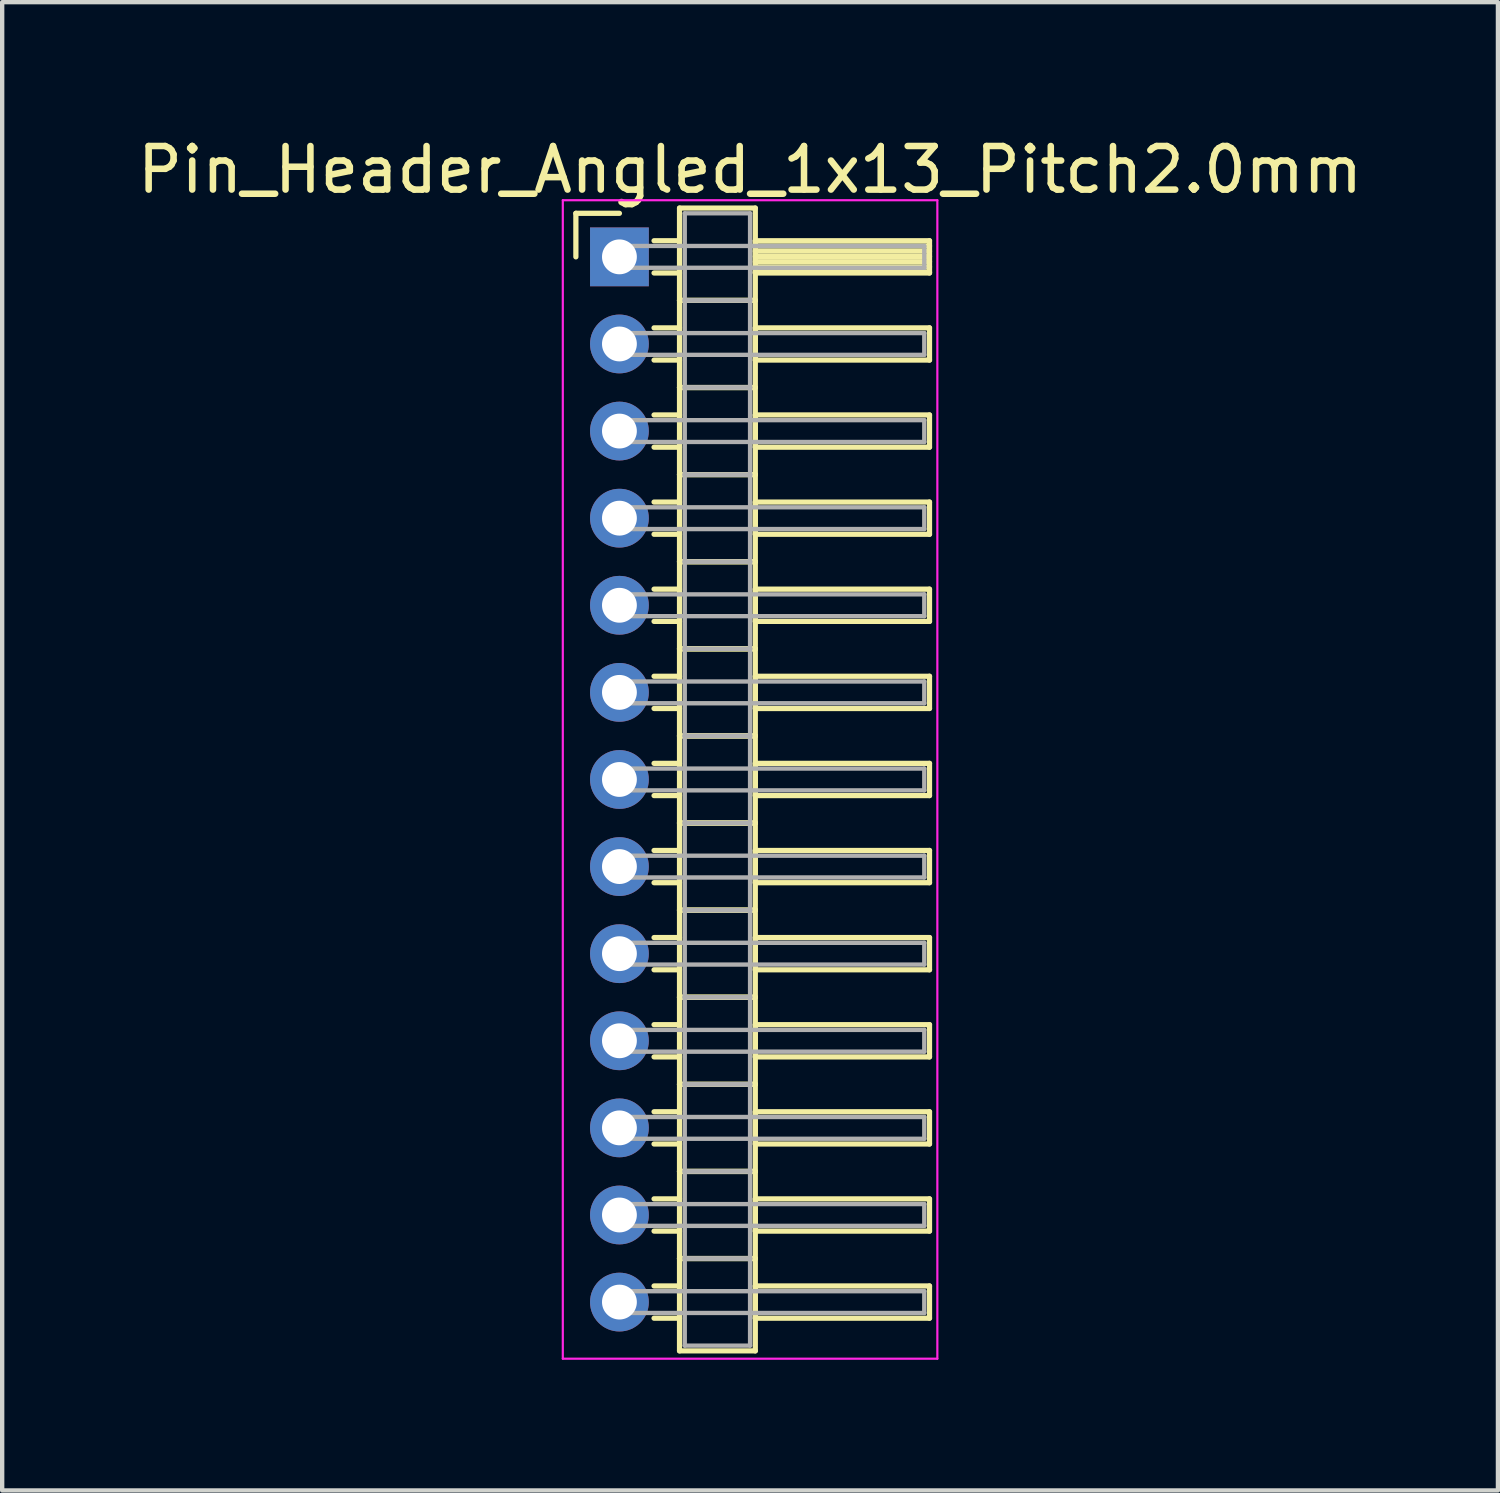
<source format=kicad_pcb>
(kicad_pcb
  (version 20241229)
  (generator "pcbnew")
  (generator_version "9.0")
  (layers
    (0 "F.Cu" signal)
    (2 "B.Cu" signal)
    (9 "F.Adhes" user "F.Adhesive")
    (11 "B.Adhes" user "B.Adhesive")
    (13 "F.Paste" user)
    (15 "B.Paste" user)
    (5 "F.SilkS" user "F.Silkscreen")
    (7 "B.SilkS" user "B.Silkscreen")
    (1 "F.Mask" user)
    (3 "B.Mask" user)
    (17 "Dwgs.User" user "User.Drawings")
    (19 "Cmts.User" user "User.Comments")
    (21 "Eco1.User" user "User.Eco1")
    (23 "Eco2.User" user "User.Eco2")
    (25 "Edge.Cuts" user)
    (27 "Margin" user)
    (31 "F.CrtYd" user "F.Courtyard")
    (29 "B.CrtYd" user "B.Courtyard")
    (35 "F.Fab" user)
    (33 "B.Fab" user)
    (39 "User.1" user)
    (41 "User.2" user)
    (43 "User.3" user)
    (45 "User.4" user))
  (footprint "Pin_Header_Angled_1x13_Pitch2.0mm"
    (layer "F.Cu")
    (at 11.173 2.848)
    (property "Reference" "Pin_Header_Angled_1x13_Pitch2.0mm" (at 3 -2 0) (layer "F.SilkS") (effects (font (size 1 1) (thickness 0.15))))
    (attr through_hole)
    (fp_line (start -1 -1) (end 0 -1) (stroke (width 0.12) (type solid)) (layer "F.SilkS"))
    (fp_line (start -1 0) (end -1 -1) (stroke (width 0.12) (type solid)) (layer "F.SilkS"))
    (fp_line (start 0.795 -0.37) (end 1.38 -0.37) (stroke (width 0.12) (type solid)) (layer "F.SilkS"))
    (fp_line (start 0.795 0.37) (end 1.38 0.37) (stroke (width 0.12) (type solid)) (layer "F.SilkS"))
    (fp_line (start 0.795 1.63) (end 1.38 1.63) (stroke (width 0.12) (type solid)) (layer "F.SilkS"))
    (fp_line (start 0.795 2.37) (end 1.38 2.37) (stroke (width 0.12) (type solid)) (layer "F.SilkS"))
    (fp_line (start 0.795 3.63) (end 1.38 3.63) (stroke (width 0.12) (type solid)) (layer "F.SilkS"))
    (fp_line (start 0.795 4.37) (end 1.38 4.37) (stroke (width 0.12) (type solid)) (layer "F.SilkS"))
    (fp_line (start 0.795 5.63) (end 1.38 5.63) (stroke (width 0.12) (type solid)) (layer "F.SilkS"))
    (fp_line (start 0.795 6.37) (end 1.38 6.37) (stroke (width 0.12) (type solid)) (layer "F.SilkS"))
    (fp_line (start 0.795 7.63) (end 1.38 7.63) (stroke (width 0.12) (type solid)) (layer "F.SilkS"))
    (fp_line (start 0.795 8.37) (end 1.38 8.37) (stroke (width 0.12) (type solid)) (layer "F.SilkS"))
    (fp_line (start 0.795 9.63) (end 1.38 9.63) (stroke (width 0.12) (type solid)) (layer "F.SilkS"))
    (fp_line (start 0.795 10.37) (end 1.38 10.37) (stroke (width 0.12) (type solid)) (layer "F.SilkS"))
    (fp_line (start 0.795 11.63) (end 1.38 11.63) (stroke (width 0.12) (type solid)) (layer "F.SilkS"))
    (fp_line (start 0.795 12.37) (end 1.38 12.37) (stroke (width 0.12) (type solid)) (layer "F.SilkS"))
    (fp_line (start 0.795 13.63) (end 1.38 13.63) (stroke (width 0.12) (type solid)) (layer "F.SilkS"))
    (fp_line (start 0.795 14.37) (end 1.38 14.37) (stroke (width 0.12) (type solid)) (layer "F.SilkS"))
    (fp_line (start 0.795 15.63) (end 1.38 15.63) (stroke (width 0.12) (type solid)) (layer "F.SilkS"))
    (fp_line (start 0.795 16.37) (end 1.38 16.37) (stroke (width 0.12) (type solid)) (layer "F.SilkS"))
    (fp_line (start 0.795 17.63) (end 1.38 17.63) (stroke (width 0.12) (type solid)) (layer "F.SilkS"))
    (fp_line (start 0.795 18.37) (end 1.38 18.37) (stroke (width 0.12) (type solid)) (layer "F.SilkS"))
    (fp_line (start 0.795 19.63) (end 1.38 19.63) (stroke (width 0.12) (type solid)) (layer "F.SilkS"))
    (fp_line (start 0.795 20.37) (end 1.38 20.37) (stroke (width 0.12) (type solid)) (layer "F.SilkS"))
    (fp_line (start 0.795 21.63) (end 1.38 21.63) (stroke (width 0.12) (type solid)) (layer "F.SilkS"))
    (fp_line (start 0.795 22.37) (end 1.38 22.37) (stroke (width 0.12) (type solid)) (layer "F.SilkS"))
    (fp_line (start 0.795 23.63) (end 1.38 23.63) (stroke (width 0.12) (type solid)) (layer "F.SilkS"))
    (fp_line (start 0.795 24.37) (end 1.38 24.37) (stroke (width 0.12) (type solid)) (layer "F.SilkS"))
    (fp_line (start 1.38 -1.12) (end 1.38 1) (stroke (width 0.12) (type solid)) (layer "F.SilkS"))
    (fp_line (start 1.38 1) (end 1.38 3) (stroke (width 0.12) (type solid)) (layer "F.SilkS"))
    (fp_line (start 1.38 1) (end 3.12 1) (stroke (width 0.12) (type solid)) (layer "F.SilkS"))
    (fp_line (start 1.38 3) (end 1.38 5) (stroke (width 0.12) (type solid)) (layer "F.SilkS"))
    (fp_line (start 1.38 3) (end 3.12 3) (stroke (width 0.12) (type solid)) (layer "F.SilkS"))
    (fp_line (start 1.38 5) (end 1.38 7) (stroke (width 0.12) (type solid)) (layer "F.SilkS"))
    (fp_line (start 1.38 5) (end 3.12 5) (stroke (width 0.12) (type solid)) (layer "F.SilkS"))
    (fp_line (start 1.38 7) (end 1.38 9) (stroke (width 0.12) (type solid)) (layer "F.SilkS"))
    (fp_line (start 1.38 7) (end 3.12 7) (stroke (width 0.12) (type solid)) (layer "F.SilkS"))
    (fp_line (start 1.38 9) (end 1.38 11) (stroke (width 0.12) (type solid)) (layer "F.SilkS"))
    (fp_line (start 1.38 9) (end 3.12 9) (stroke (width 0.12) (type solid)) (layer "F.SilkS"))
    (fp_line (start 1.38 11) (end 1.38 13) (stroke (width 0.12) (type solid)) (layer "F.SilkS"))
    (fp_line (start 1.38 11) (end 3.12 11) (stroke (width 0.12) (type solid)) (layer "F.SilkS"))
    (fp_line (start 1.38 13) (end 1.38 15) (stroke (width 0.12) (type solid)) (layer "F.SilkS"))
    (fp_line (start 1.38 13) (end 3.12 13) (stroke (width 0.12) (type solid)) (layer "F.SilkS"))
    (fp_line (start 1.38 15) (end 1.38 17) (stroke (width 0.12) (type solid)) (layer "F.SilkS"))
    (fp_line (start 1.38 15) (end 3.12 15) (stroke (width 0.12) (type solid)) (layer "F.SilkS"))
    (fp_line (start 1.38 17) (end 1.38 19) (stroke (width 0.12) (type solid)) (layer "F.SilkS"))
    (fp_line (start 1.38 17) (end 3.12 17) (stroke (width 0.12) (type solid)) (layer "F.SilkS"))
    (fp_line (start 1.38 19) (end 1.38 21) (stroke (width 0.12) (type solid)) (layer "F.SilkS"))
    (fp_line (start 1.38 19) (end 3.12 19) (stroke (width 0.12) (type solid)) (layer "F.SilkS"))
    (fp_line (start 1.38 21) (end 1.38 23) (stroke (width 0.12) (type solid)) (layer "F.SilkS"))
    (fp_line (start 1.38 21) (end 3.12 21) (stroke (width 0.12) (type solid)) (layer "F.SilkS"))
    (fp_line (start 1.38 23) (end 1.38 25.12) (stroke (width 0.12) (type solid)) (layer "F.SilkS"))
    (fp_line (start 1.38 23) (end 3.12 23) (stroke (width 0.12) (type solid)) (layer "F.SilkS"))
    (fp_line (start 1.38 25.12) (end 3.12 25.12) (stroke (width 0.12) (type solid)) (layer "F.SilkS"))
    (fp_line (start 3.12 -1.12) (end 1.38 -1.12) (stroke (width 0.12) (type solid)) (layer "F.SilkS"))
    (fp_line (start 3.12 -0.37) (end 3.12 0.37) (stroke (width 0.12) (type solid)) (layer "F.SilkS"))
    (fp_line (start 3.12 -0.25) (end 7.12 -0.25) (stroke (width 0.12) (type solid)) (layer "F.SilkS"))
    (fp_line (start 3.12 -0.13) (end 7.12 -0.13) (stroke (width 0.12) (type solid)) (layer "F.SilkS"))
    (fp_line (start 3.12 -0.01) (end 7.12 -0.01) (stroke (width 0.12) (type solid)) (layer "F.SilkS"))
    (fp_line (start 3.12 0.11) (end 7.12 0.11) (stroke (width 0.12) (type solid)) (layer "F.SilkS"))
    (fp_line (start 3.12 0.23) (end 7.12 0.23) (stroke (width 0.12) (type solid)) (layer "F.SilkS"))
    (fp_line (start 3.12 0.35) (end 7.12 0.35) (stroke (width 0.12) (type solid)) (layer "F.SilkS"))
    (fp_line (start 3.12 0.37) (end 7.12 0.37) (stroke (width 0.12) (type solid)) (layer "F.SilkS"))
    (fp_line (start 3.12 1) (end 1.38 1) (stroke (width 0.12) (type solid)) (layer "F.SilkS"))
    (fp_line (start 3.12 1) (end 3.12 -1.12) (stroke (width 0.12) (type solid)) (layer "F.SilkS"))
    (fp_line (start 3.12 1.63) (end 3.12 2.37) (stroke (width 0.12) (type solid)) (layer "F.SilkS"))
    (fp_line (start 3.12 2.37) (end 7.12 2.37) (stroke (width 0.12) (type solid)) (layer "F.SilkS"))
    (fp_line (start 3.12 3) (end 1.38 3) (stroke (width 0.12) (type solid)) (layer "F.SilkS"))
    (fp_line (start 3.12 3) (end 3.12 1) (stroke (width 0.12) (type solid)) (layer "F.SilkS"))
    (fp_line (start 3.12 3.63) (end 3.12 4.37) (stroke (width 0.12) (type solid)) (layer "F.SilkS"))
    (fp_line (start 3.12 4.37) (end 7.12 4.37) (stroke (width 0.12) (type solid)) (layer "F.SilkS"))
    (fp_line (start 3.12 5) (end 1.38 5) (stroke (width 0.12) (type solid)) (layer "F.SilkS"))
    (fp_line (start 3.12 5) (end 3.12 3) (stroke (width 0.12) (type solid)) (layer "F.SilkS"))
    (fp_line (start 3.12 5.63) (end 3.12 6.37) (stroke (width 0.12) (type solid)) (layer "F.SilkS"))
    (fp_line (start 3.12 6.37) (end 7.12 6.37) (stroke (width 0.12) (type solid)) (layer "F.SilkS"))
    (fp_line (start 3.12 7) (end 1.38 7) (stroke (width 0.12) (type solid)) (layer "F.SilkS"))
    (fp_line (start 3.12 7) (end 3.12 5) (stroke (width 0.12) (type solid)) (layer "F.SilkS"))
    (fp_line (start 3.12 7.63) (end 3.12 8.37) (stroke (width 0.12) (type solid)) (layer "F.SilkS"))
    (fp_line (start 3.12 8.37) (end 7.12 8.37) (stroke (width 0.12) (type solid)) (layer "F.SilkS"))
    (fp_line (start 3.12 9) (end 1.38 9) (stroke (width 0.12) (type solid)) (layer "F.SilkS"))
    (fp_line (start 3.12 9) (end 3.12 7) (stroke (width 0.12) (type solid)) (layer "F.SilkS"))
    (fp_line (start 3.12 9.63) (end 3.12 10.37) (stroke (width 0.12) (type solid)) (layer "F.SilkS"))
    (fp_line (start 3.12 10.37) (end 7.12 10.37) (stroke (width 0.12) (type solid)) (layer "F.SilkS"))
    (fp_line (start 3.12 11) (end 1.38 11) (stroke (width 0.12) (type solid)) (layer "F.SilkS"))
    (fp_line (start 3.12 11) (end 3.12 9) (stroke (width 0.12) (type solid)) (layer "F.SilkS"))
    (fp_line (start 3.12 11.63) (end 3.12 12.37) (stroke (width 0.12) (type solid)) (layer "F.SilkS"))
    (fp_line (start 3.12 12.37) (end 7.12 12.37) (stroke (width 0.12) (type solid)) (layer "F.SilkS"))
    (fp_line (start 3.12 13) (end 1.38 13) (stroke (width 0.12) (type solid)) (layer "F.SilkS"))
    (fp_line (start 3.12 13) (end 3.12 11) (stroke (width 0.12) (type solid)) (layer "F.SilkS"))
    (fp_line (start 3.12 13.63) (end 3.12 14.37) (stroke (width 0.12) (type solid)) (layer "F.SilkS"))
    (fp_line (start 3.12 14.37) (end 7.12 14.37) (stroke (width 0.12) (type solid)) (layer "F.SilkS"))
    (fp_line (start 3.12 15) (end 1.38 15) (stroke (width 0.12) (type solid)) (layer "F.SilkS"))
    (fp_line (start 3.12 15) (end 3.12 13) (stroke (width 0.12) (type solid)) (layer "F.SilkS"))
    (fp_line (start 3.12 15.63) (end 3.12 16.37) (stroke (width 0.12) (type solid)) (layer "F.SilkS"))
    (fp_line (start 3.12 16.37) (end 7.12 16.37) (stroke (width 0.12) (type solid)) (layer "F.SilkS"))
    (fp_line (start 3.12 17) (end 1.38 17) (stroke (width 0.12) (type solid)) (layer "F.SilkS"))
    (fp_line (start 3.12 17) (end 3.12 15) (stroke (width 0.12) (type solid)) (layer "F.SilkS"))
    (fp_line (start 3.12 17.63) (end 3.12 18.37) (stroke (width 0.12) (type solid)) (layer "F.SilkS"))
    (fp_line (start 3.12 18.37) (end 7.12 18.37) (stroke (width 0.12) (type solid)) (layer "F.SilkS"))
    (fp_line (start 3.12 19) (end 1.38 19) (stroke (width 0.12) (type solid)) (layer "F.SilkS"))
    (fp_line (start 3.12 19) (end 3.12 17) (stroke (width 0.12) (type solid)) (layer "F.SilkS"))
    (fp_line (start 3.12 19.63) (end 3.12 20.37) (stroke (width 0.12) (type solid)) (layer "F.SilkS"))
    (fp_line (start 3.12 20.37) (end 7.12 20.37) (stroke (width 0.12) (type solid)) (layer "F.SilkS"))
    (fp_line (start 3.12 21) (end 1.38 21) (stroke (width 0.12) (type solid)) (layer "F.SilkS"))
    (fp_line (start 3.12 21) (end 3.12 19) (stroke (width 0.12) (type solid)) (layer "F.SilkS"))
    (fp_line (start 3.12 21.63) (end 3.12 22.37) (stroke (width 0.12) (type solid)) (layer "F.SilkS"))
    (fp_line (start 3.12 22.37) (end 7.12 22.37) (stroke (width 0.12) (type solid)) (layer "F.SilkS"))
    (fp_line (start 3.12 23) (end 1.38 23) (stroke (width 0.12) (type solid)) (layer "F.SilkS"))
    (fp_line (start 3.12 23) (end 3.12 21) (stroke (width 0.12) (type solid)) (layer "F.SilkS"))
    (fp_line (start 3.12 23.63) (end 3.12 24.37) (stroke (width 0.12) (type solid)) (layer "F.SilkS"))
    (fp_line (start 3.12 24.37) (end 7.12 24.37) (stroke (width 0.12) (type solid)) (layer "F.SilkS"))
    (fp_line (start 3.12 25.12) (end 3.12 23) (stroke (width 0.12) (type solid)) (layer "F.SilkS"))
    (fp_line (start 7.12 -0.37) (end 3.12 -0.37) (stroke (width 0.12) (type solid)) (layer "F.SilkS"))
    (fp_line (start 7.12 0.37) (end 7.12 -0.37) (stroke (width 0.12) (type solid)) (layer "F.SilkS"))
    (fp_line (start 7.12 1.63) (end 3.12 1.63) (stroke (width 0.12) (type solid)) (layer "F.SilkS"))
    (fp_line (start 7.12 2.37) (end 7.12 1.63) (stroke (width 0.12) (type solid)) (layer "F.SilkS"))
    (fp_line (start 7.12 3.63) (end 3.12 3.63) (stroke (width 0.12) (type solid)) (layer "F.SilkS"))
    (fp_line (start 7.12 4.37) (end 7.12 3.63) (stroke (width 0.12) (type solid)) (layer "F.SilkS"))
    (fp_line (start 7.12 5.63) (end 3.12 5.63) (stroke (width 0.12) (type solid)) (layer "F.SilkS"))
    (fp_line (start 7.12 6.37) (end 7.12 5.63) (stroke (width 0.12) (type solid)) (layer "F.SilkS"))
    (fp_line (start 7.12 7.63) (end 3.12 7.63) (stroke (width 0.12) (type solid)) (layer "F.SilkS"))
    (fp_line (start 7.12 8.37) (end 7.12 7.63) (stroke (width 0.12) (type solid)) (layer "F.SilkS"))
    (fp_line (start 7.12 9.63) (end 3.12 9.63) (stroke (width 0.12) (type solid)) (layer "F.SilkS"))
    (fp_line (start 7.12 10.37) (end 7.12 9.63) (stroke (width 0.12) (type solid)) (layer "F.SilkS"))
    (fp_line (start 7.12 11.63) (end 3.12 11.63) (stroke (width 0.12) (type solid)) (layer "F.SilkS"))
    (fp_line (start 7.12 12.37) (end 7.12 11.63) (stroke (width 0.12) (type solid)) (layer "F.SilkS"))
    (fp_line (start 7.12 13.63) (end 3.12 13.63) (stroke (width 0.12) (type solid)) (layer "F.SilkS"))
    (fp_line (start 7.12 14.37) (end 7.12 13.63) (stroke (width 0.12) (type solid)) (layer "F.SilkS"))
    (fp_line (start 7.12 15.63) (end 3.12 15.63) (stroke (width 0.12) (type solid)) (layer "F.SilkS"))
    (fp_line (start 7.12 16.37) (end 7.12 15.63) (stroke (width 0.12) (type solid)) (layer "F.SilkS"))
    (fp_line (start 7.12 17.63) (end 3.12 17.63) (stroke (width 0.12) (type solid)) (layer "F.SilkS"))
    (fp_line (start 7.12 18.37) (end 7.12 17.63) (stroke (width 0.12) (type solid)) (layer "F.SilkS"))
    (fp_line (start 7.12 19.63) (end 3.12 19.63) (stroke (width 0.12) (type solid)) (layer "F.SilkS"))
    (fp_line (start 7.12 20.37) (end 7.12 19.63) (stroke (width 0.12) (type solid)) (layer "F.SilkS"))
    (fp_line (start 7.12 21.63) (end 3.12 21.63) (stroke (width 0.12) (type solid)) (layer "F.SilkS"))
    (fp_line (start 7.12 22.37) (end 7.12 21.63) (stroke (width 0.12) (type solid)) (layer "F.SilkS"))
    (fp_line (start 7.12 23.63) (end 3.12 23.63) (stroke (width 0.12) (type solid)) (layer "F.SilkS"))
    (fp_line (start 7.12 24.37) (end 7.12 23.63) (stroke (width 0.12) (type solid)) (layer "F.SilkS"))
    (fp_line (start -1.3 -1.3) (end -1.3 25.3) (stroke (width 0.05) (type solid)) (layer "F.CrtYd"))
    (fp_line (start -1.3 25.3) (end 7.3 25.3) (stroke (width 0.05) (type solid)) (layer "F.CrtYd"))
    (fp_line (start 7.3 -1.3) (end -1.3 -1.3) (stroke (width 0.05) (type solid)) (layer "F.CrtYd"))
    (fp_line (start 7.3 25.3) (end 7.3 -1.3) (stroke (width 0.05) (type solid)) (layer "F.CrtYd"))
    (fp_line (start 0 -0.25) (end 0 0.25) (stroke (width 0.1) (type solid)) (layer "F.Fab"))
    (fp_line (start 0 0.25) (end 7 0.25) (stroke (width 0.1) (type solid)) (layer "F.Fab"))
    (fp_line (start 0 1.75) (end 0 2.25) (stroke (width 0.1) (type solid)) (layer "F.Fab"))
    (fp_line (start 0 2.25) (end 7 2.25) (stroke (width 0.1) (type solid)) (layer "F.Fab"))
    (fp_line (start 0 3.75) (end 0 4.25) (stroke (width 0.1) (type solid)) (layer "F.Fab"))
    (fp_line (start 0 4.25) (end 7 4.25) (stroke (width 0.1) (type solid)) (layer "F.Fab"))
    (fp_line (start 0 5.75) (end 0 6.25) (stroke (width 0.1) (type solid)) (layer "F.Fab"))
    (fp_line (start 0 6.25) (end 7 6.25) (stroke (width 0.1) (type solid)) (layer "F.Fab"))
    (fp_line (start 0 7.75) (end 0 8.25) (stroke (width 0.1) (type solid)) (layer "F.Fab"))
    (fp_line (start 0 8.25) (end 7 8.25) (stroke (width 0.1) (type solid)) (layer "F.Fab"))
    (fp_line (start 0 9.75) (end 0 10.25) (stroke (width 0.1) (type solid)) (layer "F.Fab"))
    (fp_line (start 0 10.25) (end 7 10.25) (stroke (width 0.1) (type solid)) (layer "F.Fab"))
    (fp_line (start 0 11.75) (end 0 12.25) (stroke (width 0.1) (type solid)) (layer "F.Fab"))
    (fp_line (start 0 12.25) (end 7 12.25) (stroke (width 0.1) (type solid)) (layer "F.Fab"))
    (fp_line (start 0 13.75) (end 0 14.25) (stroke (width 0.1) (type solid)) (layer "F.Fab"))
    (fp_line (start 0 14.25) (end 7 14.25) (stroke (width 0.1) (type solid)) (layer "F.Fab"))
    (fp_line (start 0 15.75) (end 0 16.25) (stroke (width 0.1) (type solid)) (layer "F.Fab"))
    (fp_line (start 0 16.25) (end 7 16.25) (stroke (width 0.1) (type solid)) (layer "F.Fab"))
    (fp_line (start 0 17.75) (end 0 18.25) (stroke (width 0.1) (type solid)) (layer "F.Fab"))
    (fp_line (start 0 18.25) (end 7 18.25) (stroke (width 0.1) (type solid)) (layer "F.Fab"))
    (fp_line (start 0 19.75) (end 0 20.25) (stroke (width 0.1) (type solid)) (layer "F.Fab"))
    (fp_line (start 0 20.25) (end 7 20.25) (stroke (width 0.1) (type solid)) (layer "F.Fab"))
    (fp_line (start 0 21.75) (end 0 22.25) (stroke (width 0.1) (type solid)) (layer "F.Fab"))
    (fp_line (start 0 22.25) (end 7 22.25) (stroke (width 0.1) (type solid)) (layer "F.Fab"))
    (fp_line (start 0 23.75) (end 0 24.25) (stroke (width 0.1) (type solid)) (layer "F.Fab"))
    (fp_line (start 0 24.25) (end 7 24.25) (stroke (width 0.1) (type solid)) (layer "F.Fab"))
    (fp_line (start 1.5 -1) (end 1.5 1) (stroke (width 0.1) (type solid)) (layer "F.Fab"))
    (fp_line (start 1.5 1) (end 1.5 3) (stroke (width 0.1) (type solid)) (layer "F.Fab"))
    (fp_line (start 1.5 1) (end 3 1) (stroke (width 0.1) (type solid)) (layer "F.Fab"))
    (fp_line (start 1.5 3) (end 1.5 5) (stroke (width 0.1) (type solid)) (layer "F.Fab"))
    (fp_line (start 1.5 3) (end 3 3) (stroke (width 0.1) (type solid)) (layer "F.Fab"))
    (fp_line (start 1.5 5) (end 1.5 7) (stroke (width 0.1) (type solid)) (layer "F.Fab"))
    (fp_line (start 1.5 5) (end 3 5) (stroke (width 0.1) (type solid)) (layer "F.Fab"))
    (fp_line (start 1.5 7) (end 1.5 9) (stroke (width 0.1) (type solid)) (layer "F.Fab"))
    (fp_line (start 1.5 7) (end 3 7) (stroke (width 0.1) (type solid)) (layer "F.Fab"))
    (fp_line (start 1.5 9) (end 1.5 11) (stroke (width 0.1) (type solid)) (layer "F.Fab"))
    (fp_line (start 1.5 9) (end 3 9) (stroke (width 0.1) (type solid)) (layer "F.Fab"))
    (fp_line (start 1.5 11) (end 1.5 13) (stroke (width 0.1) (type solid)) (layer "F.Fab"))
    (fp_line (start 1.5 11) (end 3 11) (stroke (width 0.1) (type solid)) (layer "F.Fab"))
    (fp_line (start 1.5 13) (end 1.5 15) (stroke (width 0.1) (type solid)) (layer "F.Fab"))
    (fp_line (start 1.5 13) (end 3 13) (stroke (width 0.1) (type solid)) (layer "F.Fab"))
    (fp_line (start 1.5 15) (end 1.5 17) (stroke (width 0.1) (type solid)) (layer "F.Fab"))
    (fp_line (start 1.5 15) (end 3 15) (stroke (width 0.1) (type solid)) (layer "F.Fab"))
    (fp_line (start 1.5 17) (end 1.5 19) (stroke (width 0.1) (type solid)) (layer "F.Fab"))
    (fp_line (start 1.5 17) (end 3 17) (stroke (width 0.1) (type solid)) (layer "F.Fab"))
    (fp_line (start 1.5 19) (end 1.5 21) (stroke (width 0.1) (type solid)) (layer "F.Fab"))
    (fp_line (start 1.5 19) (end 3 19) (stroke (width 0.1) (type solid)) (layer "F.Fab"))
    (fp_line (start 1.5 21) (end 1.5 23) (stroke (width 0.1) (type solid)) (layer "F.Fab"))
    (fp_line (start 1.5 21) (end 3 21) (stroke (width 0.1) (type solid)) (layer "F.Fab"))
    (fp_line (start 1.5 23) (end 1.5 25) (stroke (width 0.1) (type solid)) (layer "F.Fab"))
    (fp_line (start 1.5 23) (end 3 23) (stroke (width 0.1) (type solid)) (layer "F.Fab"))
    (fp_line (start 1.5 25) (end 3 25) (stroke (width 0.1) (type solid)) (layer "F.Fab"))
    (fp_line (start 3 -1) (end 1.5 -1) (stroke (width 0.1) (type solid)) (layer "F.Fab"))
    (fp_line (start 3 1) (end 1.5 1) (stroke (width 0.1) (type solid)) (layer "F.Fab"))
    (fp_line (start 3 1) (end 3 -1) (stroke (width 0.1) (type solid)) (layer "F.Fab"))
    (fp_line (start 3 3) (end 1.5 3) (stroke (width 0.1) (type solid)) (layer "F.Fab"))
    (fp_line (start 3 3) (end 3 1) (stroke (width 0.1) (type solid)) (layer "F.Fab"))
    (fp_line (start 3 5) (end 1.5 5) (stroke (width 0.1) (type solid)) (layer "F.Fab"))
    (fp_line (start 3 5) (end 3 3) (stroke (width 0.1) (type solid)) (layer "F.Fab"))
    (fp_line (start 3 7) (end 1.5 7) (stroke (width 0.1) (type solid)) (layer "F.Fab"))
    (fp_line (start 3 7) (end 3 5) (stroke (width 0.1) (type solid)) (layer "F.Fab"))
    (fp_line (start 3 9) (end 1.5 9) (stroke (width 0.1) (type solid)) (layer "F.Fab"))
    (fp_line (start 3 9) (end 3 7) (stroke (width 0.1) (type solid)) (layer "F.Fab"))
    (fp_line (start 3 11) (end 1.5 11) (stroke (width 0.1) (type solid)) (layer "F.Fab"))
    (fp_line (start 3 11) (end 3 9) (stroke (width 0.1) (type solid)) (layer "F.Fab"))
    (fp_line (start 3 13) (end 1.5 13) (stroke (width 0.1) (type solid)) (layer "F.Fab"))
    (fp_line (start 3 13) (end 3 11) (stroke (width 0.1) (type solid)) (layer "F.Fab"))
    (fp_line (start 3 15) (end 1.5 15) (stroke (width 0.1) (type solid)) (layer "F.Fab"))
    (fp_line (start 3 15) (end 3 13) (stroke (width 0.1) (type solid)) (layer "F.Fab"))
    (fp_line (start 3 17) (end 1.5 17) (stroke (width 0.1) (type solid)) (layer "F.Fab"))
    (fp_line (start 3 17) (end 3 15) (stroke (width 0.1) (type solid)) (layer "F.Fab"))
    (fp_line (start 3 19) (end 1.5 19) (stroke (width 0.1) (type solid)) (layer "F.Fab"))
    (fp_line (start 3 19) (end 3 17) (stroke (width 0.1) (type solid)) (layer "F.Fab"))
    (fp_line (start 3 21) (end 1.5 21) (stroke (width 0.1) (type solid)) (layer "F.Fab"))
    (fp_line (start 3 21) (end 3 19) (stroke (width 0.1) (type solid)) (layer "F.Fab"))
    (fp_line (start 3 23) (end 1.5 23) (stroke (width 0.1) (type solid)) (layer "F.Fab"))
    (fp_line (start 3 23) (end 3 21) (stroke (width 0.1) (type solid)) (layer "F.Fab"))
    (fp_line (start 3 25) (end 3 23) (stroke (width 0.1) (type solid)) (layer "F.Fab"))
    (fp_line (start 7 -0.25) (end 0 -0.25) (stroke (width 0.1) (type solid)) (layer "F.Fab"))
    (fp_line (start 7 0.25) (end 7 -0.25) (stroke (width 0.1) (type solid)) (layer "F.Fab"))
    (fp_line (start 7 1.75) (end 0 1.75) (stroke (width 0.1) (type solid)) (layer "F.Fab"))
    (fp_line (start 7 2.25) (end 7 1.75) (stroke (width 0.1) (type solid)) (layer "F.Fab"))
    (fp_line (start 7 3.75) (end 0 3.75) (stroke (width 0.1) (type solid)) (layer "F.Fab"))
    (fp_line (start 7 4.25) (end 7 3.75) (stroke (width 0.1) (type solid)) (layer "F.Fab"))
    (fp_line (start 7 5.75) (end 0 5.75) (stroke (width 0.1) (type solid)) (layer "F.Fab"))
    (fp_line (start 7 6.25) (end 7 5.75) (stroke (width 0.1) (type solid)) (layer "F.Fab"))
    (fp_line (start 7 7.75) (end 0 7.75) (stroke (width 0.1) (type solid)) (layer "F.Fab"))
    (fp_line (start 7 8.25) (end 7 7.75) (stroke (width 0.1) (type solid)) (layer "F.Fab"))
    (fp_line (start 7 9.75) (end 0 9.75) (stroke (width 0.1) (type solid)) (layer "F.Fab"))
    (fp_line (start 7 10.25) (end 7 9.75) (stroke (width 0.1) (type solid)) (layer "F.Fab"))
    (fp_line (start 7 11.75) (end 0 11.75) (stroke (width 0.1) (type solid)) (layer "F.Fab"))
    (fp_line (start 7 12.25) (end 7 11.75) (stroke (width 0.1) (type solid)) (layer "F.Fab"))
    (fp_line (start 7 13.75) (end 0 13.75) (stroke (width 0.1) (type solid)) (layer "F.Fab"))
    (fp_line (start 7 14.25) (end 7 13.75) (stroke (width 0.1) (type solid)) (layer "F.Fab"))
    (fp_line (start 7 15.75) (end 0 15.75) (stroke (width 0.1) (type solid)) (layer "F.Fab"))
    (fp_line (start 7 16.25) (end 7 15.75) (stroke (width 0.1) (type solid)) (layer "F.Fab"))
    (fp_line (start 7 17.75) (end 0 17.75) (stroke (width 0.1) (type solid)) (layer "F.Fab"))
    (fp_line (start 7 18.25) (end 7 17.75) (stroke (width 0.1) (type solid)) (layer "F.Fab"))
    (fp_line (start 7 19.75) (end 0 19.75) (stroke (width 0.1) (type solid)) (layer "F.Fab"))
    (fp_line (start 7 20.25) (end 7 19.75) (stroke (width 0.1) (type solid)) (layer "F.Fab"))
    (fp_line (start 7 21.75) (end 0 21.75) (stroke (width 0.1) (type solid)) (layer "F.Fab"))
    (fp_line (start 7 22.25) (end 7 21.75) (stroke (width 0.1) (type solid)) (layer "F.Fab"))
    (fp_line (start 7 23.75) (end 0 23.75) (stroke (width 0.1) (type solid)) (layer "F.Fab"))
    (fp_line (start 7 24.25) (end 7 23.75) (stroke (width 0.1) (type solid)) (layer "F.Fab"))
    (pad "1" thru_hole rect (at 0 0) (size 1.35 1.35) (drill 0.8) (layers "*.Cu" "*.Mask"))
    (pad "2" thru_hole oval (at 0 2) (size 1.35 1.35) (drill 0.8) (layers "*.Cu" "*.Mask"))
    (pad "3" thru_hole oval (at 0 4) (size 1.35 1.35) (drill 0.8) (layers "*.Cu" "*.Mask"))
    (pad "4" thru_hole oval (at 0 6) (size 1.35 1.35) (drill 0.8) (layers "*.Cu" "*.Mask"))
    (pad "5" thru_hole oval (at 0 8) (size 1.35 1.35) (drill 0.8) (layers "*.Cu" "*.Mask"))
    (pad "6" thru_hole oval (at 0 10) (size 1.35 1.35) (drill 0.8) (layers "*.Cu" "*.Mask"))
    (pad "7" thru_hole oval (at 0 12) (size 1.35 1.35) (drill 0.8) (layers "*.Cu" "*.Mask"))
    (pad "8" thru_hole oval (at 0 14) (size 1.35 1.35) (drill 0.8) (layers "*.Cu" "*.Mask"))
    (pad "9" thru_hole oval (at 0 16) (size 1.35 1.35) (drill 0.8) (layers "*.Cu" "*.Mask"))
    (pad "10" thru_hole oval (at 0 18) (size 1.35 1.35) (drill 0.8) (layers "*.Cu" "*.Mask"))
    (pad "11" thru_hole oval (at 0 20) (size 1.35 1.35) (drill 0.8) (layers "*.Cu" "*.Mask"))
    (pad "12" thru_hole oval (at 0 22) (size 1.35 1.35) (drill 0.8) (layers "*.Cu" "*.Mask"))
    (pad "13" thru_hole oval (at 0 24) (size 1.35 1.35) (drill 0.8) (layers "*.Cu" "*.Mask")))
  (gr_rect
    (start -3 -3)
    (end 31.345 31.173)
    (stroke (width 0.1) (type default))
    (fill no)
    (layer "Edge.Cuts")))
</source>
